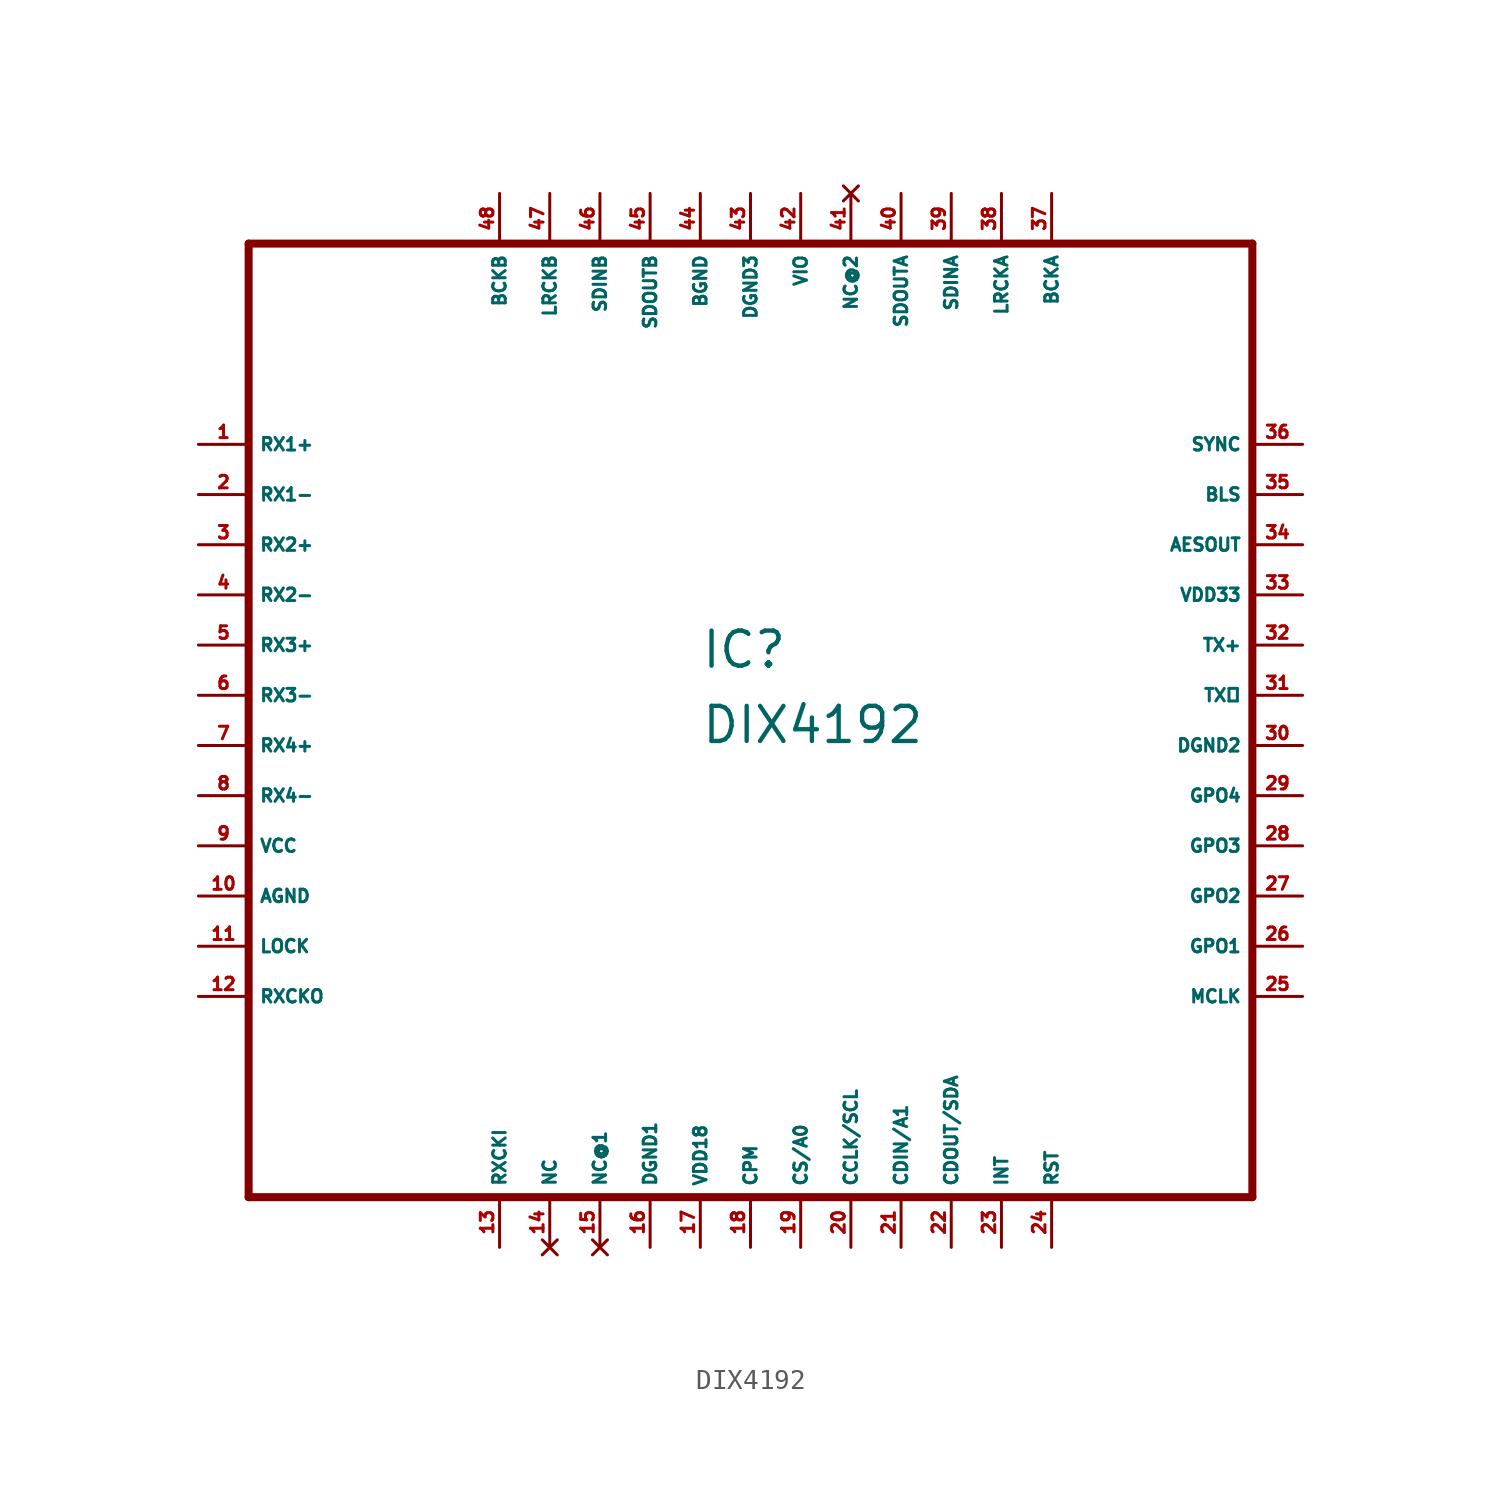
<source format=kicad_sym>
(kicad_symbol_lib
  (version 20220914)
  (generator Eagle2Kicad)
  (symbol "DIX4192"
    (property "Reference" "IC"
      (at -2.54 1.27 0)
      (effects (font (size 1.778 1.778) (thickness 0.22)) (justify left bottom)))
    (property "Value" "DIX4192"
      (at -2.54 -2.54 0)
      (effects (font (size 1.778 1.778) (thickness 0.22)) (justify left bottom)))
    (polyline
      (pts (xy -25.4 -25.4) (xy 25.4 -25.4))
      (stroke (width 0.406) (type default))
      (fill (type none)))
    (polyline
      (pts (xy 25.4 -25.4) (xy 25.4 22.86))
      (stroke (width 0.406) (type default))
      (fill (type none)))
    (polyline
      (pts (xy 25.4 22.86) (xy -25.4 22.86))
      (stroke (width 0.406) (type default))
      (fill (type none)))
    (polyline
      (pts (xy -25.4 22.86) (xy -25.4 -25.4))
      (stroke (width 0.406) (type default))
      (fill (type none)))
    (pin input line
      (at -27.94 12.7 0)
      (length 2.54)
      (name "RX1+" (effects (font (size 0.635 0.635) (thickness 0.08)) (justify left bottom)))
      (number "1" (effects (font (size 0.635 0.635) (thickness 0.08)) (justify left bottom))))
    (pin input line
      (at -27.94 10.16 0)
      (length 2.54)
      (name "RX1-" (effects (font (size 0.635 0.635) (thickness 0.08)) (justify left bottom)))
      (number "2" (effects (font (size 0.635 0.635) (thickness 0.08)) (justify left bottom))))
    (pin input line
      (at -27.94 7.62 0)
      (length 2.54)
      (name "RX2+" (effects (font (size 0.635 0.635) (thickness 0.08)) (justify left bottom)))
      (number "3" (effects (font (size 0.635 0.635) (thickness 0.08)) (justify left bottom))))
    (pin input line
      (at -27.94 5.08 0)
      (length 2.54)
      (name "RX2-" (effects (font (size 0.635 0.635) (thickness 0.08)) (justify left bottom)))
      (number "4" (effects (font (size 0.635 0.635) (thickness 0.08)) (justify left bottom))))
    (pin input line
      (at -27.94 2.54 0)
      (length 2.54)
      (name "RX3+" (effects (font (size 0.635 0.635) (thickness 0.08)) (justify left bottom)))
      (number "5" (effects (font (size 0.635 0.635) (thickness 0.08)) (justify left bottom))))
    (pin input line
      (at -27.94 0 0)
      (length 2.54)
      (name "RX3-" (effects (font (size 0.635 0.635) (thickness 0.08)) (justify left bottom)))
      (number "6" (effects (font (size 0.635 0.635) (thickness 0.08)) (justify left bottom))))
    (pin input line
      (at -27.94 -2.54 0)
      (length 2.54)
      (name "RX4+" (effects (font (size 0.635 0.635) (thickness 0.08)) (justify left bottom)))
      (number "7" (effects (font (size 0.635 0.635) (thickness 0.08)) (justify left bottom))))
    (pin input line
      (at -27.94 -5.08 0)
      (length 2.54)
      (name "RX4-" (effects (font (size 0.635 0.635) (thickness 0.08)) (justify left bottom)))
      (number "8" (effects (font (size 0.635 0.635) (thickness 0.08)) (justify left bottom))))
    (pin unspecified line
      (at -27.94 -7.62 0)
      (length 2.54)
      (name "VCC" (effects (font (size 0.635 0.635) (thickness 0.08)) (justify left bottom)))
      (number "9" (effects (font (size 0.635 0.635) (thickness 0.08)) (justify left bottom))))
    (pin unspecified line
      (at -27.94 -10.16 0)
      (length 2.54)
      (name "AGND" (effects (font (size 0.635 0.635) (thickness 0.08)) (justify left bottom)))
      (number "10" (effects (font (size 0.635 0.635) (thickness 0.08)) (justify left bottom))))
    (pin output line
      (at -27.94 -12.7 0)
      (length 2.54)
      (name "LOCK" (effects (font (size 0.635 0.635) (thickness 0.08)) (justify left bottom)))
      (number "11" (effects (font (size 0.635 0.635) (thickness 0.08)) (justify left bottom))))
    (pin output line
      (at -27.94 -15.24 0)
      (length 2.54)
      (name "RXCKO" (effects (font (size 0.635 0.635) (thickness 0.08)) (justify left bottom)))
      (number "12" (effects (font (size 0.635 0.635) (thickness 0.08)) (justify left bottom))))
    (pin input line
      (at -12.7 -27.94 90)
      (length 2.54)
      (name "RXCKI" (effects (font (size 0.635 0.635) (thickness 0.08)) (justify left bottom)))
      (number "13" (effects (font (size 0.635 0.635) (thickness 0.08)) (justify left bottom))))
    (pin no_connect line
      (at -10.16 -27.94 90)
      (length 2.54)
      (name "NC" (effects (font (size 0.635 0.635) (thickness 0.08)) (justify left bottom) hide))
      (number "14" (effects (font (size 0.635 0.635) (thickness 0.08)) (justify left bottom) hide)))
    (pin no_connect line
      (at -7.62 -27.94 90)
      (length 2.54)
      (name "NC@1" (effects (font (size 0.635 0.635) (thickness 0.08)) (justify left bottom) hide))
      (number "15" (effects (font (size 0.635 0.635) (thickness 0.08)) (justify left bottom) hide)))
    (pin unspecified line
      (at -5.08 -27.94 90)
      (length 2.54)
      (name "DGND1" (effects (font (size 0.635 0.635) (thickness 0.08)) (justify left bottom)))
      (number "16" (effects (font (size 0.635 0.635) (thickness 0.08)) (justify left bottom))))
    (pin unspecified line
      (at -2.54 -27.94 90)
      (length 2.54)
      (name "VDD18" (effects (font (size 0.635 0.635) (thickness 0.08)) (justify left bottom)))
      (number "17" (effects (font (size 0.635 0.635) (thickness 0.08)) (justify left bottom))))
    (pin input line
      (at 0 -27.94 90)
      (length 2.54)
      (name "CPM" (effects (font (size 0.635 0.635) (thickness 0.08)) (justify left bottom)))
      (number "18" (effects (font (size 0.635 0.635) (thickness 0.08)) (justify left bottom))))
    (pin input line
      (at 2.54 -27.94 90)
      (length 2.54)
      (name "CS/A0" (effects (font (size 0.635 0.635) (thickness 0.08)) (justify left bottom)))
      (number "19" (effects (font (size 0.635 0.635) (thickness 0.08)) (justify left bottom))))
    (pin input line
      (at 5.08 -27.94 90)
      (length 2.54)
      (name "CCLK/SCL" (effects (font (size 0.635 0.635) (thickness 0.08)) (justify left bottom)))
      (number "20" (effects (font (size 0.635 0.635) (thickness 0.08)) (justify left bottom))))
    (pin input line
      (at 7.62 -27.94 90)
      (length 2.54)
      (name "CDIN/A1" (effects (font (size 0.635 0.635) (thickness 0.08)) (justify left bottom)))
      (number "21" (effects (font (size 0.635 0.635) (thickness 0.08)) (justify left bottom))))
    (pin bidirectional line
      (at 10.16 -27.94 90)
      (length 2.54)
      (name "CDOUT/SDA" (effects (font (size 0.635 0.635) (thickness 0.08)) (justify left bottom)))
      (number "22" (effects (font (size 0.635 0.635) (thickness 0.08)) (justify left bottom))))
    (pin output line
      (at 12.7 -27.94 90)
      (length 2.54)
      (name "INT" (effects (font (size 0.635 0.635) (thickness 0.08)) (justify left bottom)))
      (number "23" (effects (font (size 0.635 0.635) (thickness 0.08)) (justify left bottom))))
    (pin input line
      (at 15.24 -27.94 90)
      (length 2.54)
      (name "RST" (effects (font (size 0.635 0.635) (thickness 0.08)) (justify left bottom)))
      (number "24" (effects (font (size 0.635 0.635) (thickness 0.08)) (justify left bottom))))
    (pin input line
      (at 27.94 -15.24 180)
      (length 2.54)
      (name "MCLK" (effects (font (size 0.635 0.635) (thickness 0.08)) (justify left bottom)))
      (number "25" (effects (font (size 0.635 0.635) (thickness 0.08)) (justify left bottom))))
    (pin output line
      (at 27.94 -12.7 180)
      (length 2.54)
      (name "GPO1" (effects (font (size 0.635 0.635) (thickness 0.08)) (justify left bottom)))
      (number "26" (effects (font (size 0.635 0.635) (thickness 0.08)) (justify left bottom))))
    (pin output line
      (at 27.94 -10.16 180)
      (length 2.54)
      (name "GPO2" (effects (font (size 0.635 0.635) (thickness 0.08)) (justify left bottom)))
      (number "27" (effects (font (size 0.635 0.635) (thickness 0.08)) (justify left bottom))))
    (pin output line
      (at 27.94 -7.62 180)
      (length 2.54)
      (name "GPO3" (effects (font (size 0.635 0.635) (thickness 0.08)) (justify left bottom)))
      (number "28" (effects (font (size 0.635 0.635) (thickness 0.08)) (justify left bottom))))
    (pin output line
      (at 27.94 -5.08 180)
      (length 2.54)
      (name "GPO4" (effects (font (size 0.635 0.635) (thickness 0.08)) (justify left bottom)))
      (number "29" (effects (font (size 0.635 0.635) (thickness 0.08)) (justify left bottom))))
    (pin unspecified line
      (at 27.94 -2.54 180)
      (length 2.54)
      (name "DGND2" (effects (font (size 0.635 0.635) (thickness 0.08)) (justify left bottom)))
      (number "30" (effects (font (size 0.635 0.635) (thickness 0.08)) (justify left bottom))))
    (pin output line
      (at 27.94 0 180)
      (length 2.54)
      (name "TX" (effects (font (size 0.635 0.635) (thickness 0.08)) (justify left bottom)))
      (number "31" (effects (font (size 0.635 0.635) (thickness 0.08)) (justify left bottom))))
    (pin output line
      (at 27.94 2.54 180)
      (length 2.54)
      (name "TX+" (effects (font (size 0.635 0.635) (thickness 0.08)) (justify left bottom)))
      (number "32" (effects (font (size 0.635 0.635) (thickness 0.08)) (justify left bottom))))
    (pin unspecified line
      (at 27.94 5.08 180)
      (length 2.54)
      (name "VDD33" (effects (font (size 0.635 0.635) (thickness 0.08)) (justify left bottom)))
      (number "33" (effects (font (size 0.635 0.635) (thickness 0.08)) (justify left bottom))))
    (pin output line
      (at 27.94 7.62 180)
      (length 2.54)
      (name "AESOUT" (effects (font (size 0.635 0.635) (thickness 0.08)) (justify left bottom)))
      (number "34" (effects (font (size 0.635 0.635) (thickness 0.08)) (justify left bottom))))
    (pin bidirectional line
      (at 27.94 10.16 180)
      (length 2.54)
      (name "BLS" (effects (font (size 0.635 0.635) (thickness 0.08)) (justify left bottom)))
      (number "35" (effects (font (size 0.635 0.635) (thickness 0.08)) (justify left bottom))))
    (pin output line
      (at 27.94 12.7 180)
      (length 2.54)
      (name "SYNC" (effects (font (size 0.635 0.635) (thickness 0.08)) (justify left bottom)))
      (number "36" (effects (font (size 0.635 0.635) (thickness 0.08)) (justify left bottom))))
    (pin bidirectional line
      (at 15.24 25.4 270)
      (length 2.54)
      (name "BCKA" (effects (font (size 0.635 0.635) (thickness 0.08)) (justify left bottom)))
      (number "37" (effects (font (size 0.635 0.635) (thickness 0.08)) (justify left bottom))))
    (pin bidirectional line
      (at 12.7 25.4 270)
      (length 2.54)
      (name "LRCKA" (effects (font (size 0.635 0.635) (thickness 0.08)) (justify left bottom)))
      (number "38" (effects (font (size 0.635 0.635) (thickness 0.08)) (justify left bottom))))
    (pin input line
      (at 10.16 25.4 270)
      (length 2.54)
      (name "SDINA" (effects (font (size 0.635 0.635) (thickness 0.08)) (justify left bottom)))
      (number "39" (effects (font (size 0.635 0.635) (thickness 0.08)) (justify left bottom))))
    (pin output line
      (at 7.62 25.4 270)
      (length 2.54)
      (name "SDOUTA" (effects (font (size 0.635 0.635) (thickness 0.08)) (justify left bottom)))
      (number "40" (effects (font (size 0.635 0.635) (thickness 0.08)) (justify left bottom))))
    (pin no_connect line
      (at 5.08 25.4 270)
      (length 2.54)
      (name "NC@2" (effects (font (size 0.635 0.635) (thickness 0.08)) (justify left bottom) hide))
      (number "41" (effects (font (size 0.635 0.635) (thickness 0.08)) (justify left bottom) hide)))
    (pin unspecified line
      (at 2.54 25.4 270)
      (length 2.54)
      (name "VIO" (effects (font (size 0.635 0.635) (thickness 0.08)) (justify left bottom)))
      (number "42" (effects (font (size 0.635 0.635) (thickness 0.08)) (justify left bottom))))
    (pin unspecified line
      (at 0 25.4 270)
      (length 2.54)
      (name "DGND3" (effects (font (size 0.635 0.635) (thickness 0.08)) (justify left bottom)))
      (number "43" (effects (font (size 0.635 0.635) (thickness 0.08)) (justify left bottom))))
    (pin unspecified line
      (at -2.54 25.4 270)
      (length 2.54)
      (name "BGND" (effects (font (size 0.635 0.635) (thickness 0.08)) (justify left bottom)))
      (number "44" (effects (font (size 0.635 0.635) (thickness 0.08)) (justify left bottom))))
    (pin output line
      (at -5.08 25.4 270)
      (length 2.54)
      (name "SDOUTB" (effects (font (size 0.635 0.635) (thickness 0.08)) (justify left bottom)))
      (number "45" (effects (font (size 0.635 0.635) (thickness 0.08)) (justify left bottom))))
    (pin input line
      (at -7.62 25.4 270)
      (length 2.54)
      (name "SDINB" (effects (font (size 0.635 0.635) (thickness 0.08)) (justify left bottom)))
      (number "46" (effects (font (size 0.635 0.635) (thickness 0.08)) (justify left bottom))))
    (pin bidirectional line
      (at -10.16 25.4 270)
      (length 2.54)
      (name "LRCKB" (effects (font (size 0.635 0.635) (thickness 0.08)) (justify left bottom)))
      (number "47" (effects (font (size 0.635 0.635) (thickness 0.08)) (justify left bottom))))
    (pin bidirectional line
      (at -12.7 25.4 270)
      (length 2.54)
      (name "BCKB" (effects (font (size 0.635 0.635) (thickness 0.08)) (justify left bottom)))
      (number "48" (effects (font (size 0.635 0.635) (thickness 0.08)) (justify left bottom))))))
</source>
